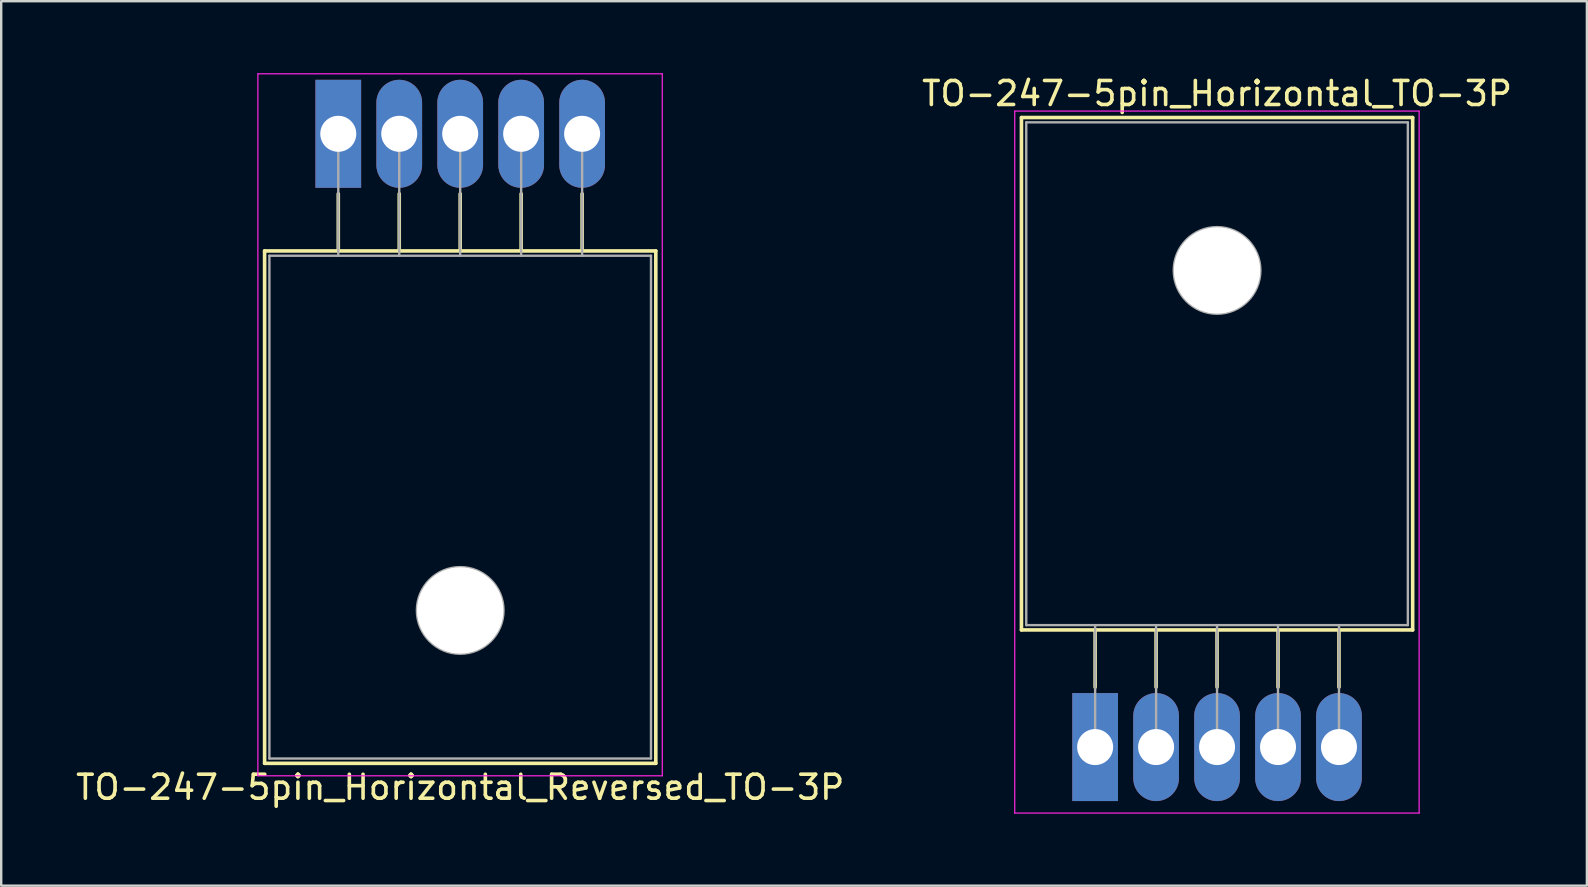
<source format=kicad_pcb>
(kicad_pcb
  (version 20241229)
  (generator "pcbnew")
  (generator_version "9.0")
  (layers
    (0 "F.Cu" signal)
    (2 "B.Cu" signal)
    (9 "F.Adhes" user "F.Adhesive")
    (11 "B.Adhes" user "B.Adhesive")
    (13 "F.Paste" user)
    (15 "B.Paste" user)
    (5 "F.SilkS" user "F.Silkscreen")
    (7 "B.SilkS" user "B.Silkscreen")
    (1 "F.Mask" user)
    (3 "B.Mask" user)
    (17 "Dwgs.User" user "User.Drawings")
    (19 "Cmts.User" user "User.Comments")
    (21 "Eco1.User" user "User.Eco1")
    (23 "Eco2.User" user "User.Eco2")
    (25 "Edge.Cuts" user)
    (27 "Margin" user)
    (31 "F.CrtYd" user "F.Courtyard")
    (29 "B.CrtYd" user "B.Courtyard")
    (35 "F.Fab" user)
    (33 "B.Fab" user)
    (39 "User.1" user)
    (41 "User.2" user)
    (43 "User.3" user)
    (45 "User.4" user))
  (footprint "TO-247-5pin_Horizontal_Reversed_TO-3P"
    (layer "F.Cu")
    (at 11.045 2.525)
    (property "Reference" "TO-247-5pin_Horizontal_Reversed_TO-3P" (at 5.08 27.23 0) (layer "F.SilkS") (effects (font (size 1 1) (thickness 0.15))))
    (attr through_hole)
    (fp_line (start -3.07 4.88) (end -3.07 26.23) (stroke (width 0.15) (type solid)) (layer "F.SilkS"))
    (fp_line (start -3.07 4.88) (end 13.23 4.88) (stroke (width 0.15) (type solid)) (layer "F.SilkS"))
    (fp_line (start -3.07 26.23) (end 13.23 26.23) (stroke (width 0.15) (type solid)) (layer "F.SilkS"))
    (fp_line (start 0 2.5) (end 0 4.88) (stroke (width 0.15) (type solid)) (layer "F.SilkS"))
    (fp_line (start 2.54 2.5) (end 2.54 4.88) (stroke (width 0.15) (type solid)) (layer "F.SilkS"))
    (fp_line (start 5.08 2.5) (end 5.08 4.88) (stroke (width 0.15) (type solid)) (layer "F.SilkS"))
    (fp_line (start 7.62 2.5) (end 7.62 4.88) (stroke (width 0.15) (type solid)) (layer "F.SilkS"))
    (fp_line (start 10.16 2.5) (end 10.16 4.88) (stroke (width 0.15) (type solid)) (layer "F.SilkS"))
    (fp_line (start 13.23 4.88) (end 13.23 26.23) (stroke (width 0.15) (type solid)) (layer "F.SilkS"))
    (fp_line (start -3.35 -2.5) (end -3.35 26.75) (stroke (width 0.05) (type solid)) (layer "F.CrtYd"))
    (fp_line (start -3.35 26.75) (end 13.5 26.75) (stroke (width 0.05) (type solid)) (layer "F.CrtYd"))
    (fp_line (start 13.5 -2.5) (end -3.35 -2.5) (stroke (width 0.05) (type solid)) (layer "F.CrtYd"))
    (fp_line (start 13.5 26.75) (end 13.5 -2.5) (stroke (width 0.05) (type solid)) (layer "F.CrtYd"))
    (fp_line (start -2.87 5.08) (end -2.87 26.03) (stroke (width 0.1) (type solid)) (layer "F.Fab"))
    (fp_line (start -2.87 26.03) (end 13.03 26.03) (stroke (width 0.1) (type solid)) (layer "F.Fab"))
    (fp_line (start 0 5.08) (end 0 0) (stroke (width 0.1) (type solid)) (layer "F.Fab"))
    (fp_line (start 2.54 5.08) (end 2.54 0) (stroke (width 0.1) (type solid)) (layer "F.Fab"))
    (fp_line (start 5.08 5.08) (end 5.08 0) (stroke (width 0.1) (type solid)) (layer "F.Fab"))
    (fp_line (start 7.62 5.08) (end 7.62 0) (stroke (width 0.1) (type solid)) (layer "F.Fab"))
    (fp_line (start 10.16 5.08) (end 10.16 0) (stroke (width 0.1) (type solid)) (layer "F.Fab"))
    (fp_line (start 13.03 5.08) (end -2.87 5.08) (stroke (width 0.1) (type solid)) (layer "F.Fab"))
    (fp_line (start 13.03 26.03) (end 13.03 5.08) (stroke (width 0.1) (type solid)) (layer "F.Fab"))
    (fp_circle (center 5.08 19.86) (end 6.885 19.86) (stroke (width 0.1) (type solid)) (fill no) (layer "F.Fab"))
    (pad "" np_thru_hole oval (at 5.08 19.86) (size 3.6 3.6) (drill 3.6) (layers "*.Cu" "*.Mask"))
    (pad "1" thru_hole rect (at 0 0) (size 1.905 4.5) (drill 1.5) (layers "*.Cu" "*.Mask"))
    (pad "2" thru_hole oval (at 2.54 0) (size 1.905 4.5) (drill 1.5) (layers "*.Cu" "*.Mask"))
    (pad "3" thru_hole oval (at 5.08 0) (size 1.905 4.5) (drill 1.5) (layers "*.Cu" "*.Mask"))
    (pad "4" thru_hole oval (at 7.62 0) (size 1.905 4.5) (drill 1.5) (layers "*.Cu" "*.Mask"))
    (pad "5" thru_hole oval (at 10.16 0) (size 1.905 4.5) (drill 1.5) (layers "*.Cu" "*.Mask")))
  (footprint "TO-247-5pin_Horizontal_TO-3P"
    (layer "F.Cu")
    (at 42.581 28.078)
    (property "Reference" "TO-247-5pin_Horizontal_TO-3P" (at 5.08 -27.23 0) (layer "F.SilkS") (effects (font (size 1 1) (thickness 0.15))))
    (attr through_hole)
    (fp_line (start -3.07 -26.23) (end -3.07 -4.88) (stroke (width 0.15) (type solid)) (layer "F.SilkS"))
    (fp_line (start -3.07 -26.23) (end 13.23 -26.23) (stroke (width 0.15) (type solid)) (layer "F.SilkS"))
    (fp_line (start -3.07 -4.88) (end 13.23 -4.88) (stroke (width 0.15) (type solid)) (layer "F.SilkS"))
    (fp_line (start 0 -4.88) (end 0 -2.5) (stroke (width 0.15) (type solid)) (layer "F.SilkS"))
    (fp_line (start 2.54 -4.88) (end 2.54 -2.5) (stroke (width 0.15) (type solid)) (layer "F.SilkS"))
    (fp_line (start 5.08 -4.88) (end 5.08 -2.5) (stroke (width 0.15) (type solid)) (layer "F.SilkS"))
    (fp_line (start 7.62 -4.88) (end 7.62 -2.5) (stroke (width 0.15) (type solid)) (layer "F.SilkS"))
    (fp_line (start 10.16 -4.88) (end 10.16 -2.5) (stroke (width 0.15) (type solid)) (layer "F.SilkS"))
    (fp_line (start 13.23 -26.23) (end 13.23 -4.88) (stroke (width 0.15) (type solid)) (layer "F.SilkS"))
    (fp_line (start -3.35 -26.5) (end -3.35 2.75) (stroke (width 0.05) (type solid)) (layer "F.CrtYd"))
    (fp_line (start -3.35 2.75) (end 13.5 2.75) (stroke (width 0.05) (type solid)) (layer "F.CrtYd"))
    (fp_line (start 13.5 -26.5) (end -3.35 -26.5) (stroke (width 0.05) (type solid)) (layer "F.CrtYd"))
    (fp_line (start 13.5 2.75) (end 13.5 -26.5) (stroke (width 0.05) (type solid)) (layer "F.CrtYd"))
    (fp_line (start -2.87 -26.03) (end 13.03 -26.03) (stroke (width 0.1) (type solid)) (layer "F.Fab"))
    (fp_line (start -2.87 -5.08) (end -2.87 -26.03) (stroke (width 0.1) (type solid)) (layer "F.Fab"))
    (fp_line (start 0 -5.08) (end 0 0) (stroke (width 0.1) (type solid)) (layer "F.Fab"))
    (fp_line (start 2.54 -5.08) (end 2.54 0) (stroke (width 0.1) (type solid)) (layer "F.Fab"))
    (fp_line (start 5.08 -5.08) (end 5.08 0) (stroke (width 0.1) (type solid)) (layer "F.Fab"))
    (fp_line (start 7.62 -5.08) (end 7.62 0) (stroke (width 0.1) (type solid)) (layer "F.Fab"))
    (fp_line (start 10.16 -5.08) (end 10.16 0) (stroke (width 0.1) (type solid)) (layer "F.Fab"))
    (fp_line (start 13.03 -26.03) (end 13.03 -5.08) (stroke (width 0.1) (type solid)) (layer "F.Fab"))
    (fp_line (start 13.03 -5.08) (end -2.87 -5.08) (stroke (width 0.1) (type solid)) (layer "F.Fab"))
    (fp_circle (center 5.08 -19.86) (end 6.885 -19.86) (stroke (width 0.1) (type solid)) (fill no) (layer "F.Fab"))
    (pad "" np_thru_hole oval (at 5.08 -19.86) (size 3.6 3.6) (drill 3.6) (layers "*.Cu" "*.Mask"))
    (pad "1" thru_hole rect (at 0 0) (size 1.905 4.5) (drill 1.5) (layers "*.Cu" "*.Mask"))
    (pad "2" thru_hole oval (at 2.54 0) (size 1.905 4.5) (drill 1.5) (layers "*.Cu" "*.Mask"))
    (pad "3" thru_hole oval (at 5.08 0) (size 1.905 4.5) (drill 1.5) (layers "*.Cu" "*.Mask"))
    (pad "4" thru_hole oval (at 7.62 0) (size 1.905 4.5) (drill 1.5) (layers "*.Cu" "*.Mask"))
    (pad "5" thru_hole oval (at 10.16 0) (size 1.905 4.5) (drill 1.5) (layers "*.Cu" "*.Mask")))
  (gr_rect
    (start -3 -3)
    (end 63.071 33.853)
    (stroke (width 0.1) (type default))
    (fill no)
    (layer "Edge.Cuts")))
</source>
